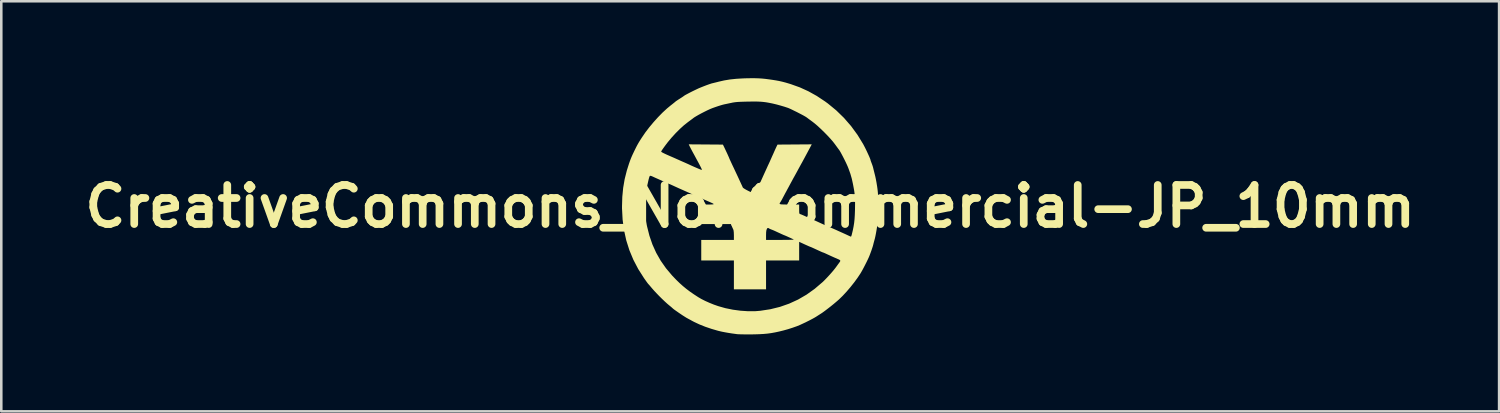
<source format=kicad_pcb>
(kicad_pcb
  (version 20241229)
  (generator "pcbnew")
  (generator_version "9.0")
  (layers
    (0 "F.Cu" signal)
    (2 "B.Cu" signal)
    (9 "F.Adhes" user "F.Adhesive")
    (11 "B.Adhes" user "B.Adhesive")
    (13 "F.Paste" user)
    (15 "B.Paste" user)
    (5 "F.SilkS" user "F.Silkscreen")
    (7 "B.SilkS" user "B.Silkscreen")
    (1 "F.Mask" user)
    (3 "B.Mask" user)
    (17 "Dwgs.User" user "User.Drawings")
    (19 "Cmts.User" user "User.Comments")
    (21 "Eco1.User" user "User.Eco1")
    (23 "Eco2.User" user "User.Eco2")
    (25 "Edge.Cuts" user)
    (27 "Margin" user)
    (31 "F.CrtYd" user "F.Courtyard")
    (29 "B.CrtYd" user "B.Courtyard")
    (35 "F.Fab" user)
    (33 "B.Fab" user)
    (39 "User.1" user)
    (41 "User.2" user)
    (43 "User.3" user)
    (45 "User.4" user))
  (footprint "CreativeCommons_NonCommercial-JP_10mm"
    (layer "F.Cu")
    (at 26.206 4.998)
    (property "Reference" "CreativeCommons_NonCommercial-JP_10mm" (at 0 0 0) (layer "F.SilkS") (effects (font (size 1.524 1.524) (thickness 0.3))))
    (attr board_only exclude_from_pos_files exclude_from_bom)
    (fp_poly (pts (xy 0.202 -4.997) (xy 0.332 -4.993) (xy 0.457 -4.985) (xy 0.588 -4.972) (xy 0.735 -4.953) (xy 0.855 -4.936) (xy 1.001 -4.913) (xy 1.13 -4.889) (xy 1.253 -4.861) (xy 1.383 -4.827) (xy 1.53 -4.783) (xy 1.591 -4.764) (xy 1.937 -4.64) (xy 2.27 -4.488) (xy 2.595 -4.307) (xy 2.918 -4.093) (xy 3.03 -4.011) (xy 3.355 -3.744) (xy 3.657 -3.45) (xy 3.934 -3.131) (xy 4.185 -2.788) (xy 4.407 -2.425) (xy 4.419 -2.402) (xy 4.457 -2.33) (xy 4.5 -2.245) (xy 4.545 -2.152) (xy 4.588 -2.059) (xy 4.628 -1.972) (xy 4.66 -1.898) (xy 4.682 -1.843) (xy 4.691 -1.813) (xy 4.691 -1.811) (xy 4.697 -1.787) (xy 4.714 -1.739) (xy 4.737 -1.679) (xy 4.764 -1.606) (xy 4.787 -1.533) (xy 4.799 -1.486) (xy 4.811 -1.434) (xy 4.83 -1.359) (xy 4.851 -1.275) (xy 4.861 -1.236) (xy 4.881 -1.154) (xy 4.903 -1.047) (xy 4.925 -0.929) (xy 4.944 -0.812) (xy 4.949 -0.782) (xy 4.962 -0.689) (xy 4.972 -0.605) (xy 4.98 -0.521) (xy 4.985 -0.431) (xy 4.988 -0.328) (xy 4.99 -0.205) (xy 4.991 -0.056) (xy 4.991 0.009) (xy 4.99 0.165) (xy 4.989 0.292) (xy 4.987 0.397) (xy 4.983 0.486) (xy 4.977 0.567) (xy 4.968 0.647) (xy 4.957 0.733) (xy 4.942 0.832) (xy 4.941 0.836) (xy 4.922 0.951) (xy 4.902 1.063) (xy 4.882 1.164) (xy 4.864 1.244) (xy 4.854 1.282) (xy 4.833 1.358) (xy 4.813 1.431) (xy 4.801 1.482) (xy 4.786 1.54) (xy 4.76 1.621) (xy 4.728 1.717) (xy 4.692 1.816) (xy 4.657 1.909) (xy 4.631 1.973) (xy 4.595 2.052) (xy 4.547 2.152) (xy 4.491 2.263) (xy 4.433 2.376) (xy 4.377 2.481) (xy 4.327 2.569) (xy 4.299 2.616) (xy 4.184 2.789) (xy 4.051 2.97) (xy 3.906 3.153) (xy 3.755 3.329) (xy 3.606 3.489) (xy 3.466 3.626) (xy 3.453 3.638) (xy 3.359 3.719) (xy 3.251 3.81) (xy 3.136 3.903) (xy 3.02 3.993) (xy 2.912 4.075) (xy 2.82 4.142) (xy 2.772 4.174) (xy 2.697 4.222) (xy 2.616 4.274) (xy 2.563 4.308) (xy 2.502 4.344) (xy 2.416 4.391) (xy 2.313 4.445) (xy 2.199 4.502) (xy 2.083 4.558) (xy 1.973 4.609) (xy 1.955 4.618) (xy 1.818 4.674) (xy 1.657 4.731) (xy 1.48 4.788) (xy 1.297 4.839) (xy 1.127 4.881) (xy 0.967 4.915) (xy 0.818 4.942) (xy 0.67 4.962) (xy 0.516 4.976) (xy 0.346 4.985) (xy 0.152 4.991) (xy 0.064 4.992) (xy -0.071 4.993) (xy -0.201 4.992) (xy -0.318 4.991) (xy -0.417 4.988) (xy -0.492 4.985) (xy -0.527 4.981) (xy -0.709 4.956) (xy -0.861 4.932) (xy -0.99 4.909) (xy -1.104 4.887) (xy -1.21 4.862) (xy -1.255 4.851) (xy -1.506 4.778) (xy -1.751 4.695) (xy -1.981 4.603) (xy -2.186 4.507) (xy -2.264 4.466) (xy -2.332 4.428) (xy -2.396 4.394) (xy -2.441 4.37) (xy -2.445 4.367) (xy -2.491 4.342) (xy -2.556 4.301) (xy -2.635 4.251) (xy -2.72 4.194) (xy -2.805 4.136) (xy -2.885 4.08) (xy -2.953 4.032) (xy -3.003 3.994) (xy -3.027 3.972) (xy -3.05 3.951) (xy -3.092 3.915) (xy -3.147 3.87) (xy -3.164 3.856) (xy -3.241 3.791) (xy -3.336 3.704) (xy -3.441 3.604) (xy -3.549 3.497) (xy -3.653 3.389) (xy -3.747 3.289) (xy -3.824 3.201) (xy -3.833 3.191) (xy -3.886 3.128) (xy -3.931 3.075) (xy -3.963 3.039) (xy -3.975 3.027) (xy -3.992 3.006) (xy -4.026 2.961) (xy -4.071 2.898) (xy -4.124 2.823) (xy -4.143 2.796) (xy -4.367 2.444) (xy -4.556 2.083) (xy -4.711 1.711) (xy -4.833 1.326) (xy -4.921 0.928) (xy -4.976 0.516) (xy -4.995 0.148) (xy -4.081 0.148) (xy -4.081 0.267) (xy -4.079 0.361) (xy -4.076 0.438) (xy -4.071 0.504) (xy -4.064 0.565) (xy -4.054 0.627) (xy -4.04 0.697) (xy -4.022 0.782) (xy -4.022 0.782) (xy -3.93 1.146) (xy -3.812 1.488) (xy -3.666 1.811) (xy -3.491 2.118) (xy -3.285 2.412) (xy -3.045 2.697) (xy -2.884 2.865) (xy -2.752 2.993) (xy -2.625 3.107) (xy -2.495 3.214) (xy -2.355 3.32) (xy -2.196 3.43) (xy -2.026 3.541) (xy -1.904 3.612) (xy -1.756 3.687) (xy -1.59 3.761) (xy -1.417 3.831) (xy -1.245 3.891) (xy -0.97 3.969) (xy -0.677 4.029) (xy -0.378 4.069) (xy -0.081 4.089) (xy 0.205 4.087) (xy 0.391 4.072) (xy 0.783 4.012) (xy 1.16 3.919) (xy 1.52 3.793) (xy 1.865 3.635) (xy 2.196 3.443) (xy 2.513 3.217) (xy 2.817 2.958) (xy 2.827 2.949) (xy 2.901 2.877) (xy 2.985 2.79) (xy 3.075 2.693) (xy 3.162 2.596) (xy 3.24 2.505) (xy 3.302 2.428) (xy 3.324 2.4) (xy 3.375 2.33) (xy 3.421 2.266) (xy 3.458 2.216) (xy 3.472 2.197) (xy 3.506 2.149) (xy 3.514 2.117) (xy 3.496 2.092) (xy 3.447 2.066) (xy 3.423 2.056) (xy 3.291 1.999) (xy 3.14 1.931) (xy 2.983 1.859) (xy 2.97 1.853) (xy 2.912 1.826) (xy 2.867 1.807) (xy 2.846 1.8) (xy 2.846 1.8) (xy 2.825 1.793) (xy 2.78 1.774) (xy 2.722 1.748) (xy 2.722 1.748) (xy 2.598 1.691) (xy 2.505 1.648) (xy 2.437 1.617) (xy 2.392 1.597) (xy 2.365 1.585) (xy 2.354 1.582) (xy 2.354 1.582) (xy 2.333 1.574) (xy 2.285 1.554) (xy 2.214 1.522) (xy 2.124 1.482) (xy 2.021 1.434) (xy 2.005 1.427) (xy 1.909 1.382) (xy 1.909 2.109) (xy 0.618 2.109) (xy 0.618 3.236) (xy -0.636 3.236) (xy -0.636 2.109) (xy -1.909 2.109) (xy -1.909 1.309) (xy -0.636 1.309) (xy 0.618 1.309) (xy 1.177 1.308) (xy 1.34 1.307) (xy 1.468 1.306) (xy 1.566 1.304) (xy 1.634 1.301) (xy 1.677 1.298) (xy 1.695 1.293) (xy 1.693 1.287) (xy 1.691 1.286) (xy 1.654 1.27) (xy 1.595 1.243) (xy 1.523 1.21) (xy 1.494 1.197) (xy 1.426 1.166) (xy 1.373 1.143) (xy 1.34 1.129) (xy 1.334 1.127) (xy 1.328 1.126) (xy 1.312 1.119) (xy 1.282 1.106) (xy 1.235 1.085) (xy 1.166 1.053) (xy 1.072 1.01) (xy 0.973 0.964) (xy 0.908 0.935) (xy 0.851 0.912) (xy 0.818 0.9) (xy 0.767 0.879) (xy 0.737 0.861) (xy 0.7 0.84) (xy 0.675 0.845) (xy 0.651 0.88) (xy 0.646 0.89) (xy 0.63 0.937) (xy 0.621 1.01) (xy 0.618 1.114) (xy 0.618 1.126) (xy 0.618 1.309) (xy -0.636 1.309) (xy -0.636 1.129) (xy -0.64 1.014) (xy -0.65 0.933) (xy -0.662 0.897) (xy -0.686 0.847) (xy -0.713 0.785) (xy -0.719 0.768) (xy -0.751 0.691) (xy -1.909 0.691) (xy -1.909 -0.073) (xy -1.651 -0.073) (xy -1.543 -0.073) (xy -1.47 -0.076) (xy -1.432 -0.082) (xy -1.426 -0.093) (xy -1.452 -0.112) (xy -1.509 -0.139) (xy -1.582 -0.172) (xy -1.659 -0.205) (xy -1.738 -0.24) (xy -1.791 -0.263) (xy -1.851 -0.289) (xy -1.929 -0.324) (xy -2.013 -0.361) (xy -2.036 -0.371) (xy -2.115 -0.406) (xy -2.19 -0.439) (xy -2.249 -0.466) (xy -2.264 -0.473) (xy -2.349 -0.513) (xy -2.452 -0.559) (xy -2.554 -0.604) (xy -2.625 -0.636) (xy -2.777 -0.703) (xy -2.961 -0.787) (xy -3.013 -0.811) (xy -3.076 -0.84) (xy -3.126 -0.862) (xy -3.154 -0.872) (xy -3.157 -0.873) (xy -3.179 -0.88) (xy -3.222 -0.899) (xy -3.262 -0.917) (xy -3.318 -0.943) (xy -3.395 -0.979) (xy -3.483 -1.018) (xy -3.545 -1.046) (xy -3.631 -1.084) (xy -3.712 -1.12) (xy -3.779 -1.151) (xy -3.813 -1.167) (xy -3.862 -1.186) (xy -3.899 -1.193) (xy -3.908 -1.192) (xy -3.919 -1.179) (xy -3.931 -1.154) (xy -3.945 -1.11) (xy -3.962 -1.046) (xy -3.983 -0.955) (xy -4.01 -0.834) (xy -4.023 -0.773) (xy -4.04 -0.691) (xy -4.053 -0.622) (xy -4.063 -0.56) (xy -4.071 -0.499) (xy -4.076 -0.432) (xy -4.079 -0.354) (xy -4.08 -0.257) (xy -4.081 -0.135) (xy -4.081 0) (xy -4.081 0.148) (xy -4.995 0.148) (xy -4.999 0.088) (xy -4.999 0) (xy -4.988 -0.371) (xy -4.954 -0.722) (xy -4.896 -1.061) (xy -4.811 -1.399) (xy -4.727 -1.664) (xy -4.692 -1.764) (xy -4.66 -1.849) (xy -4.627 -1.93) (xy -4.589 -2.015) (xy -4.542 -2.114) (xy -4.53 -2.14) (xy -3.472 -2.14) (xy -3.465 -2.127) (xy -3.443 -2.11) (xy -3.401 -2.087) (xy -3.338 -2.056) (xy -3.25 -2.015) (xy -3.134 -1.964) (xy -3 -1.906) (xy -2.932 -1.876) (xy -2.863 -1.845) (xy -2.845 -1.837) (xy -2.795 -1.815) (xy -2.724 -1.783) (xy -2.645 -1.748) (xy -2.618 -1.736) (xy -2.539 -1.702) (xy -2.464 -1.668) (xy -2.405 -1.642) (xy -2.391 -1.635) (xy -2.274 -1.581) (xy -2.164 -1.532) (xy -2.066 -1.49) (xy -1.986 -1.456) (xy -1.927 -1.433) (xy -1.894 -1.422) (xy -1.89 -1.422) (xy -1.886 -1.427) (xy -1.888 -1.441) (xy -1.897 -1.465) (xy -1.914 -1.503) (xy -1.942 -1.558) (xy -1.98 -1.631) (xy -2.031 -1.727) (xy -2.097 -1.848) (xy -2.177 -1.997) (xy -2.219 -2.073) (xy -2.264 -2.156) (xy -2.306 -2.236) (xy -2.341 -2.303) (xy -2.36 -2.341) (xy -2.397 -2.419) (xy -1.064 -2.409) (xy -1.033 -2.345) (xy -1.003 -2.284) (xy -0.968 -2.21) (xy -0.93 -2.129) (xy -0.893 -2.05) (xy -0.861 -1.979) (xy -0.836 -1.923) (xy -0.821 -1.888) (xy -0.818 -1.881) (xy -0.816 -1.873) (xy -0.808 -1.854) (xy -0.793 -1.821) (xy -0.769 -1.77) (xy -0.736 -1.698) (xy -0.691 -1.601) (xy -0.632 -1.478) (xy -0.581 -1.368) (xy -0.484 -1.162) (xy -0.4 -0.98) (xy -0.363 -0.9) (xy -0.332 -0.833) (xy -0.305 -0.774) (xy -0.288 -0.736) (xy -0.287 -0.734) (xy -0.264 -0.713) (xy -0.216 -0.681) (xy -0.15 -0.643) (xy -0.073 -0.603) (xy 0.007 -0.564) (xy 0.084 -0.53) (xy 0.148 -0.505) (xy 0.155 -0.503) (xy 0.17 -0.499) (xy 0.183 -0.501) (xy 0.197 -0.513) (xy 0.214 -0.54) (xy 0.237 -0.586) (xy 0.269 -0.656) (xy 0.313 -0.754) (xy 0.321 -0.773) (xy 0.36 -0.859) (xy 0.406 -0.962) (xy 0.458 -1.077) (xy 0.511 -1.195) (xy 0.564 -1.312) (xy 0.613 -1.419) (xy 0.655 -1.51) (xy 0.686 -1.58) (xy 0.7 -1.609) (xy 0.732 -1.678) (xy 0.769 -1.758) (xy 0.791 -1.809) (xy 0.819 -1.871) (xy 0.856 -1.955) (xy 0.898 -2.047) (xy 0.929 -2.118) (xy 0.966 -2.201) (xy 1 -2.275) (xy 1.027 -2.333) (xy 1.042 -2.364) (xy 1.065 -2.409) (xy 2.4 -2.419) (xy 2.325 -2.277) (xy 2.28 -2.194) (xy 2.23 -2.1) (xy 2.178 -2.003) (xy 2.127 -1.908) (xy 2.08 -1.821) (xy 2.041 -1.749) (xy 2.013 -1.697) (xy 1.999 -1.673) (xy 1.985 -1.648) (xy 1.957 -1.597) (xy 1.919 -1.527) (xy 1.874 -1.445) (xy 1.855 -1.409) (xy 1.808 -1.323) (xy 1.767 -1.248) (xy 1.734 -1.189) (xy 1.714 -1.152) (xy 1.71 -1.145) (xy 1.696 -1.121) (xy 1.668 -1.07) (xy 1.63 -0.999) (xy 1.584 -0.915) (xy 1.552 -0.855) (xy 1.5 -0.758) (xy 1.449 -0.665) (xy 1.406 -0.583) (xy 1.372 -0.522) (xy 1.36 -0.5) (xy 1.323 -0.43) (xy 1.281 -0.351) (xy 1.258 -0.307) (xy 1.225 -0.245) (xy 1.193 -0.19) (xy 1.175 -0.162) (xy 1.156 -0.133) (xy 1.147 -0.112) (xy 1.151 -0.096) (xy 1.172 -0.085) (xy 1.214 -0.078) (xy 1.281 -0.075) (xy 1.376 -0.073) (xy 1.503 -0.073) (xy 1.527 -0.073) (xy 1.909 -0.073) (xy 1.909 0.108) (xy 1.91 0.19) (xy 1.912 0.244) (xy 1.918 0.275) (xy 1.929 0.292) (xy 1.946 0.3) (xy 1.95 0.301) (xy 1.988 0.315) (xy 2.045 0.339) (xy 2.1 0.363) (xy 2.169 0.394) (xy 2.256 0.433) (xy 2.344 0.471) (xy 2.364 0.48) (xy 2.446 0.516) (xy 2.527 0.553) (xy 2.594 0.584) (xy 2.609 0.591) (xy 2.802 0.68) (xy 2.97 0.755) (xy 3.055 0.791) (xy 3.123 0.82) (xy 3.212 0.859) (xy 3.305 0.9) (xy 3.355 0.922) (xy 3.442 0.962) (xy 3.529 1.001) (xy 3.603 1.034) (xy 3.636 1.049) (xy 3.711 1.083) (xy 3.791 1.12) (xy 3.827 1.137) (xy 3.879 1.161) (xy 3.917 1.177) (xy 3.929 1.181) (xy 3.94 1.166) (xy 3.954 1.126) (xy 3.96 1.105) (xy 4 0.941) (xy 4.03 0.792) (xy 4.053 0.648) (xy 4.069 0.499) (xy 4.079 0.336) (xy 4.086 0.149) (xy 4.087 0.094) (xy 4.089 -0.065) (xy 4.089 -0.197) (xy 4.086 -0.309) (xy 4.08 -0.412) (xy 4.069 -0.512) (xy 4.054 -0.619) (xy 4.032 -0.741) (xy 4.007 -0.873) (xy 3.962 -1.079) (xy 3.907 -1.27) (xy 3.837 -1.466) (xy 3.806 -1.545) (xy 3.772 -1.622) (xy 3.729 -1.715) (xy 3.679 -1.816) (xy 3.627 -1.919) (xy 3.576 -2.016) (xy 3.53 -2.101) (xy 3.493 -2.165) (xy 3.47 -2.199) (xy 3.445 -2.232) (xy 3.405 -2.286) (xy 3.355 -2.355) (xy 3.302 -2.427) (xy 3.224 -2.528) (xy 3.123 -2.644) (xy 3.006 -2.77) (xy 2.88 -2.898) (xy 2.751 -3.023) (xy 2.627 -3.138) (xy 2.512 -3.236) (xy 2.427 -3.302) (xy 2.352 -3.357) (xy 2.282 -3.408) (xy 2.227 -3.45) (xy 2.194 -3.474) (xy 2.158 -3.497) (xy 2.096 -3.533) (xy 2.015 -3.577) (xy 1.92 -3.626) (xy 1.82 -3.678) (xy 1.719 -3.727) (xy 1.626 -3.773) (xy 1.547 -3.81) (xy 1.488 -3.835) (xy 1.473 -3.841) (xy 1.337 -3.886) (xy 1.184 -3.931) (xy 1.028 -3.974) (xy 0.886 -4.008) (xy 0.845 -4.017) (xy 0.723 -4.041) (xy 0.613 -4.06) (xy 0.509 -4.073) (xy 0.404 -4.082) (xy 0.288 -4.087) (xy 0.156 -4.089) (xy -0.001 -4.087) (xy -0.097 -4.086) (xy -0.25 -4.082) (xy -0.374 -4.078) (xy -0.473 -4.073) (xy -0.555 -4.066) (xy -0.626 -4.057) (xy -0.692 -4.046) (xy -0.736 -4.036) (xy -0.824 -4.018) (xy -0.908 -4) (xy -0.975 -3.986) (xy -1 -3.981) (xy -1.067 -3.965) (xy -1.157 -3.939) (xy -1.261 -3.906) (xy -1.369 -3.869) (xy -1.47 -3.833) (xy -1.555 -3.799) (xy -1.573 -3.791) (xy -1.681 -3.741) (xy -1.796 -3.684) (xy -1.911 -3.625) (xy -2.018 -3.567) (xy -2.11 -3.514) (xy -2.181 -3.47) (xy -2.216 -3.445) (xy -2.241 -3.425) (xy -2.289 -3.389) (xy -2.354 -3.341) (xy -2.427 -3.287) (xy -2.436 -3.28) (xy -2.586 -3.161) (xy -2.745 -3.017) (xy -2.907 -2.855) (xy -3.065 -2.682) (xy -3.212 -2.506) (xy -3.278 -2.42) (xy -3.341 -2.335) (xy -3.395 -2.26) (xy -3.438 -2.198) (xy -3.464 -2.156) (xy -3.472 -2.14) (xy -4.53 -2.14) (xy -4.496 -2.209) (xy -4.454 -2.294) (xy -4.42 -2.361) (xy -4.388 -2.419) (xy -4.355 -2.477) (xy -4.315 -2.543) (xy -4.263 -2.625) (xy -4.22 -2.691) (xy -4.088 -2.885) (xy -3.935 -3.085) (xy -3.768 -3.285) (xy -3.593 -3.479) (xy -3.417 -3.659) (xy -3.244 -3.818) (xy -3.1 -3.937) (xy -3.033 -3.989) (xy -2.976 -4.035) (xy -2.935 -4.068) (xy -2.918 -4.083) (xy -2.896 -4.101) (xy -2.85 -4.132) (xy -2.788 -4.173) (xy -2.745 -4.2) (xy -2.679 -4.242) (xy -2.625 -4.278) (xy -2.591 -4.302) (xy -2.582 -4.309) (xy -2.561 -4.324) (xy -2.513 -4.352) (xy -2.444 -4.389) (xy -2.362 -4.432) (xy -2.272 -4.478) (xy -2.18 -4.523) (xy -2.092 -4.565) (xy -2.016 -4.601) (xy -1.964 -4.623) (xy -1.825 -4.679) (xy -1.7 -4.727) (xy -1.594 -4.765) (xy -1.512 -4.792) (xy -1.473 -4.802) (xy -1.427 -4.813) (xy -1.358 -4.83) (xy -1.277 -4.85) (xy -1.236 -4.861) (xy -1.018 -4.911) (xy -0.789 -4.949) (xy -0.544 -4.975) (xy -0.274 -4.991) (xy -0.113 -4.996) (xy 0.058 -4.998)) (stroke (width 0) (type solid)) (fill yes) (layer "F.SilkS")))
  (gr_rect
    (start -3 -3)
    (end 55.411 12.991)
    (stroke (width 0.1) (type default))
    (fill no)
    (layer "Edge.Cuts")))
</source>
